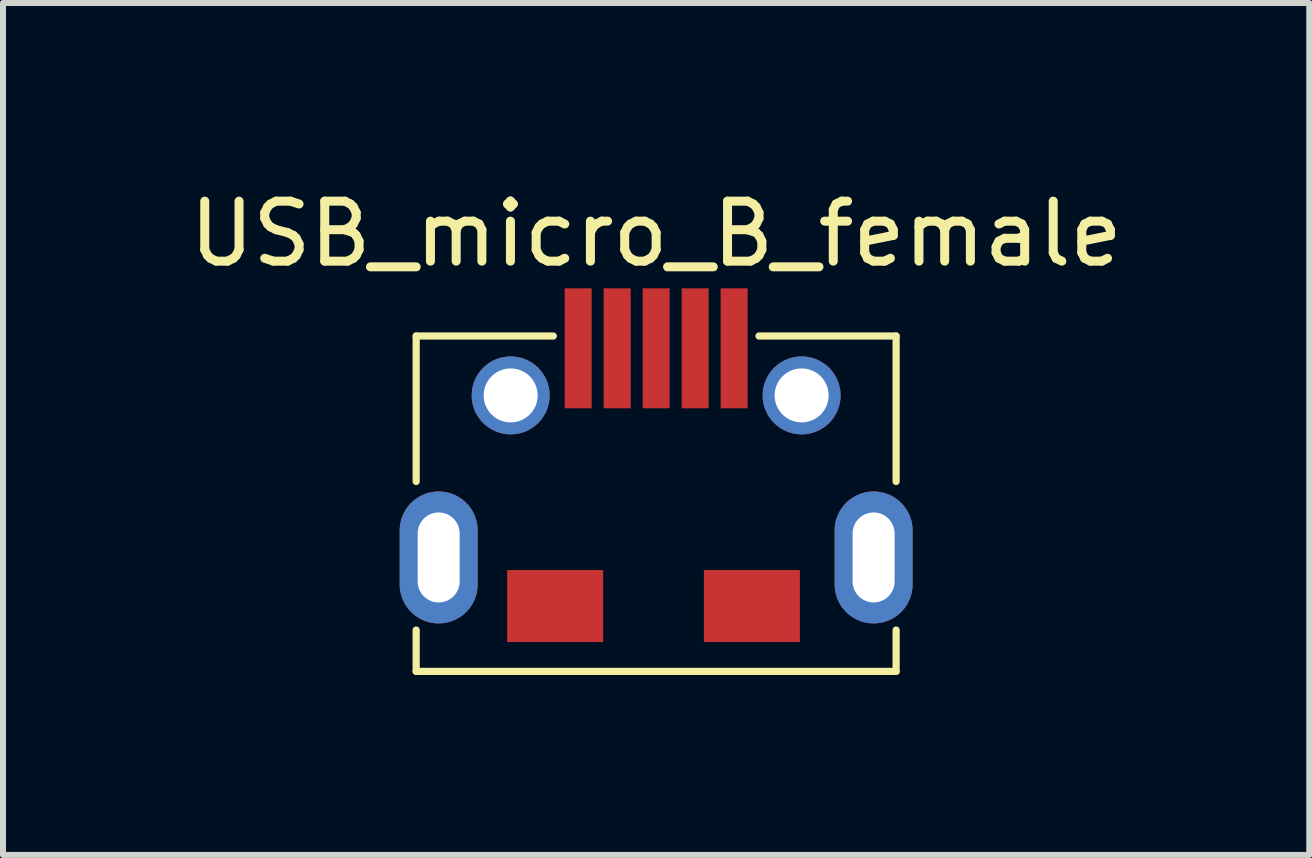
<source format=kicad_pcb>
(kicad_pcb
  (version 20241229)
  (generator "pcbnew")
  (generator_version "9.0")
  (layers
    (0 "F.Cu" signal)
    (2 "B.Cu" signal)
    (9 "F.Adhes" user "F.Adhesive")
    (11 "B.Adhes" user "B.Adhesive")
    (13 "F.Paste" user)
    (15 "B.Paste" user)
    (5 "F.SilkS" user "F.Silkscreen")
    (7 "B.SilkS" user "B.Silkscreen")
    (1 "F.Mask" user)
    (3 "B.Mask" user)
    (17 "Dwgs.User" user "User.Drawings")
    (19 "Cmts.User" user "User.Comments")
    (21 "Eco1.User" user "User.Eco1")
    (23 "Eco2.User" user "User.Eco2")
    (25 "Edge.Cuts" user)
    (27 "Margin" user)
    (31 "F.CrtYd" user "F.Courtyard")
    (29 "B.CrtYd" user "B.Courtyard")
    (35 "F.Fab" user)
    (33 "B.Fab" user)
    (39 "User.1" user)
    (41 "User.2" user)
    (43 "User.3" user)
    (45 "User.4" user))
  (footprint "USB_micro_B_female"
    (layer "F.Cu")
    (at 7.887 4.912)
    (property "Reference" "USB_micro_B_female" (at 0 -4.064 0) (layer "F.SilkS") (effects (font (size 1 1) (thickness 0.15))))
    (attr through_hole)
    (fp_line (start -4 -2.361) (end -1.714 -2.361) (stroke (width 0.12) (type solid)) (layer "F.SilkS"))
    (fp_line (start -4 0.064) (end -4 -2.361) (stroke (width 0.12) (type solid)) (layer "F.SilkS"))
    (fp_line (start -4 3.229) (end -4 2.54) (stroke (width 0.12) (type solid)) (layer "F.SilkS"))
    (fp_line (start -4 3.229) (end 4 3.229) (stroke (width 0.12) (type solid)) (layer "F.SilkS"))
    (fp_line (start 4 -2.361) (end 1.714 -2.361) (stroke (width 0.12) (type solid)) (layer "F.SilkS"))
    (fp_line (start 4 0.064) (end 4 -2.361) (stroke (width 0.12) (type solid)) (layer "F.SilkS"))
    (fp_line (start 4 3.229) (end 4 2.54) (stroke (width 0.12) (type solid)) (layer "F.SilkS"))
    (pad "1" smd rect (at -1.3 -2.156) (size 0.45 2) (layers "F.Cu" "F.Mask" "F.Paste"))
    (pad "2" smd rect (at -0.65 -2.156) (size 0.45 2) (layers "F.Cu" "F.Mask" "F.Paste"))
    (pad "3" smd rect (at 0 -2.156) (size 0.45 2) (layers "F.Cu" "F.Mask" "F.Paste"))
    (pad "4" smd rect (at 0.65 -2.156) (size 0.45 2) (layers "F.Cu" "F.Mask" "F.Paste"))
    (pad "5" smd rect (at 1.3 -2.156) (size 0.45 2) (layers "F.Cu" "F.Mask" "F.Paste"))
    (pad "6" thru_hole oval (at -3.625 1.33) (size 1.3 2.2) (drill oval 0.7 1.5) (layers "*.Cu" "*.Mask"))
    (pad "6" thru_hole circle (at -2.425 -1.371) (size 1.3 1.3) (drill 0.9) (layers "*.Cu" "*.Mask"))
    (pad "6" smd rect (at -1.683 2.14) (size 1.6 1.2) (layers "F.Cu" "F.Mask" "F.Paste"))
    (pad "6" smd rect (at 1.596 2.14) (size 1.6 1.2) (layers "F.Cu" "F.Mask" "F.Paste"))
    (pad "6" thru_hole circle (at 2.425 -1.371) (size 1.3 1.3) (drill 0.9) (layers "*.Cu" "*.Mask"))
    (pad "6" thru_hole oval (at 3.625 1.33) (size 1.3 2.2) (drill oval 0.7 1.5) (layers "*.Cu" "*.Mask")))
  (gr_rect
    (start -3 -3)
    (end 18.774 11.201)
    (stroke (width 0.1) (type default))
    (fill no)
    (layer "Edge.Cuts")))
</source>
